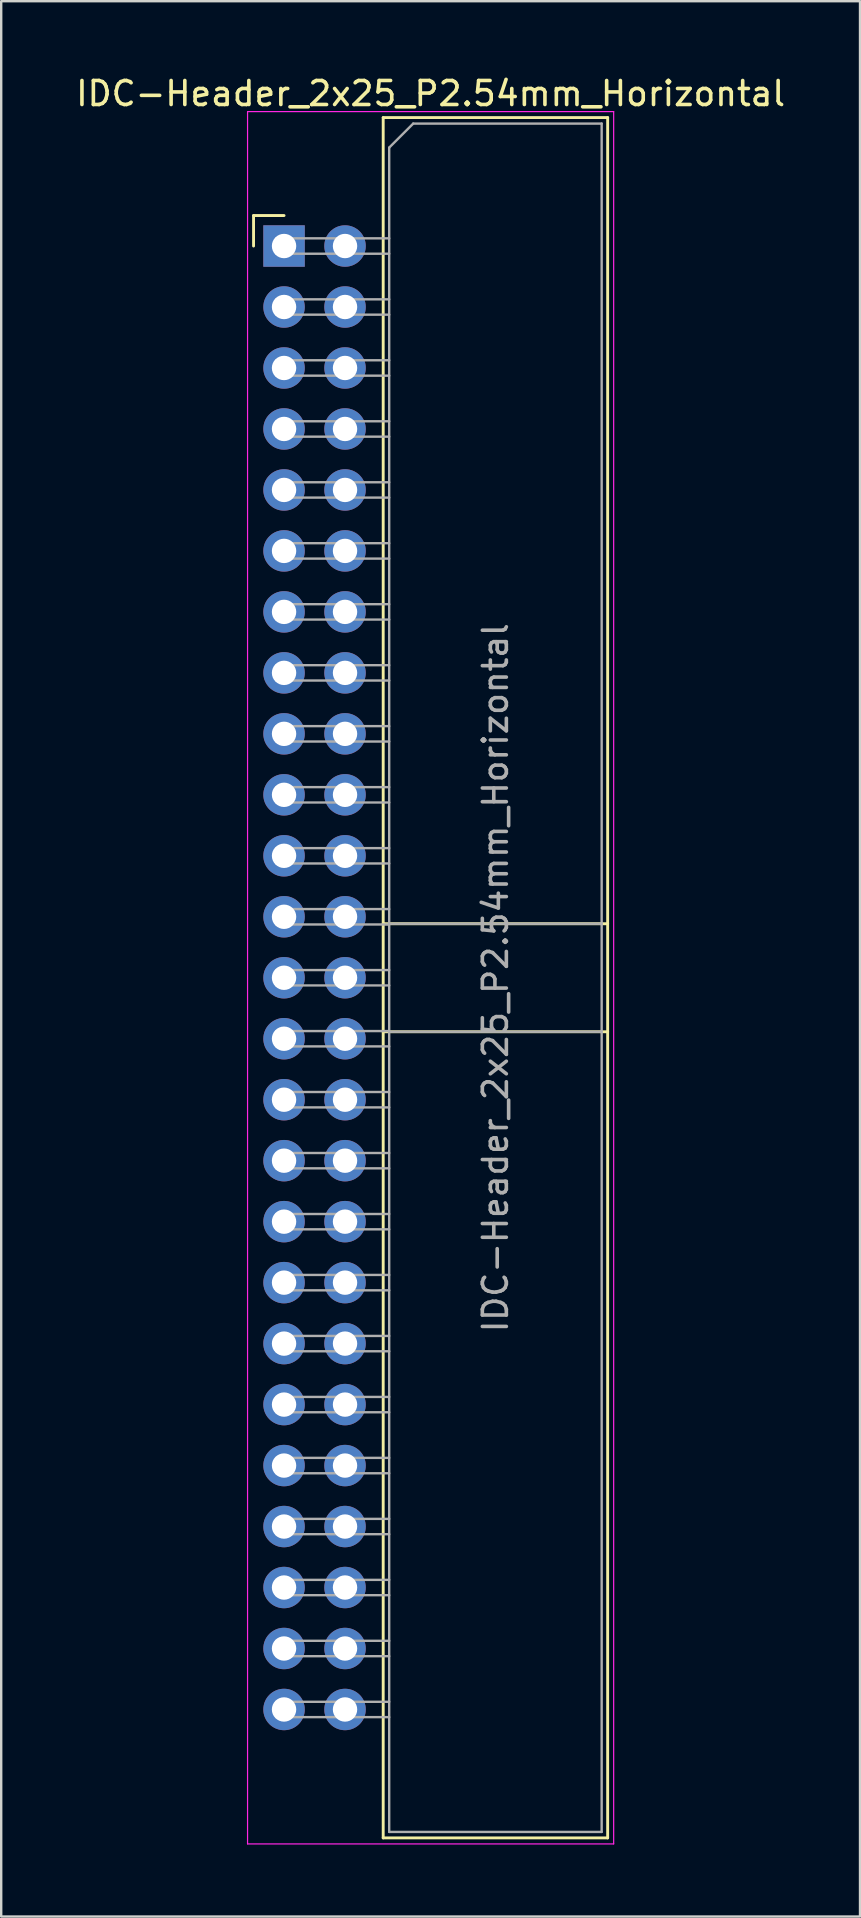
<source format=kicad_pcb>
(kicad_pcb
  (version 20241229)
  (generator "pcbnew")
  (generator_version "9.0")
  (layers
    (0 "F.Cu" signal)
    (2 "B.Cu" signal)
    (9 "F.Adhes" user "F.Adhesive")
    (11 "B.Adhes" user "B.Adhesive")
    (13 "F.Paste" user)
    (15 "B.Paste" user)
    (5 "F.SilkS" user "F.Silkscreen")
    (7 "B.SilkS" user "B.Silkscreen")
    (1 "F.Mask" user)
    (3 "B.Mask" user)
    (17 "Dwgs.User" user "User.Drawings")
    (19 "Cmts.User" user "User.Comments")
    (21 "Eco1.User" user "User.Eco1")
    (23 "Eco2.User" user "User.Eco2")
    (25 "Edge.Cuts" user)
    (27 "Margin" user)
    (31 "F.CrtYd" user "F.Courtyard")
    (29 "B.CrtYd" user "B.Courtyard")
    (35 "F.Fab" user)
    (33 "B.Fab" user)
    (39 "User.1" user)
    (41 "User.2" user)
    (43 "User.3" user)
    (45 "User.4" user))
  (footprint "IDC-Header_2x25_P2.54mm_Horizontal"
    (layer "F.Cu")
    (at 8.782 7.198)
    (property "Reference" "IDC-Header_2x25_P2.54mm_Horizontal" (at 6.105 -6.35 0) (layer "F.SilkS") (effects (font (size 1 1) (thickness 0.15))))
    (attr through_hole)
    (fp_line (start -1.27 -1.27) (end -1.27 0) (stroke (width 0.12) (type solid)) (layer "F.SilkS"))
    (fp_line (start 0 -1.27) (end -1.27 -1.27) (stroke (width 0.12) (type solid)) (layer "F.SilkS"))
    (fp_line (start 4.13 -5.35) (end 13.48 -5.35) (stroke (width 0.12) (type solid)) (layer "F.SilkS"))
    (fp_line (start 4.13 28.23) (end 13.48 28.23) (stroke (width 0.12) (type solid)) (layer "F.SilkS"))
    (fp_line (start 4.13 32.73) (end 13.48 32.73) (stroke (width 0.12) (type solid)) (layer "F.SilkS"))
    (fp_line (start 4.13 66.31) (end 4.13 -5.35) (stroke (width 0.12) (type solid)) (layer "F.SilkS"))
    (fp_line (start 4.13 66.31) (end 13.48 66.31) (stroke (width 0.12) (type solid)) (layer "F.SilkS"))
    (fp_line (start 13.48 -5.35) (end 13.48 66.31) (stroke (width 0.12) (type solid)) (layer "F.SilkS"))
    (fp_line (start -1.52 -5.6) (end 13.73 -5.6) (stroke (width 0.05) (type solid)) (layer "F.CrtYd"))
    (fp_line (start -1.52 66.56) (end -1.52 -5.6) (stroke (width 0.05) (type solid)) (layer "F.CrtYd"))
    (fp_line (start 13.73 -5.6) (end 13.73 66.56) (stroke (width 0.05) (type solid)) (layer "F.CrtYd"))
    (fp_line (start 13.73 66.56) (end -1.52 66.56) (stroke (width 0.05) (type solid)) (layer "F.CrtYd"))
    (fp_line (start -0.32 -0.32) (end -0.32 0.32) (stroke (width 0.1) (type solid)) (layer "F.Fab"))
    (fp_line (start -0.32 0.32) (end 4.38 0.32) (stroke (width 0.1) (type solid)) (layer "F.Fab"))
    (fp_line (start -0.32 2.22) (end -0.32 2.86) (stroke (width 0.1) (type solid)) (layer "F.Fab"))
    (fp_line (start -0.32 2.86) (end 4.38 2.86) (stroke (width 0.1) (type solid)) (layer "F.Fab"))
    (fp_line (start -0.32 4.76) (end -0.32 5.4) (stroke (width 0.1) (type solid)) (layer "F.Fab"))
    (fp_line (start -0.32 5.4) (end 4.38 5.4) (stroke (width 0.1) (type solid)) (layer "F.Fab"))
    (fp_line (start -0.32 7.3) (end -0.32 7.94) (stroke (width 0.1) (type solid)) (layer "F.Fab"))
    (fp_line (start -0.32 7.94) (end 4.38 7.94) (stroke (width 0.1) (type solid)) (layer "F.Fab"))
    (fp_line (start -0.32 9.84) (end -0.32 10.48) (stroke (width 0.1) (type solid)) (layer "F.Fab"))
    (fp_line (start -0.32 10.48) (end 4.38 10.48) (stroke (width 0.1) (type solid)) (layer "F.Fab"))
    (fp_line (start -0.32 12.38) (end -0.32 13.02) (stroke (width 0.1) (type solid)) (layer "F.Fab"))
    (fp_line (start -0.32 13.02) (end 4.38 13.02) (stroke (width 0.1) (type solid)) (layer "F.Fab"))
    (fp_line (start -0.32 14.92) (end -0.32 15.56) (stroke (width 0.1) (type solid)) (layer "F.Fab"))
    (fp_line (start -0.32 15.56) (end 4.38 15.56) (stroke (width 0.1) (type solid)) (layer "F.Fab"))
    (fp_line (start -0.32 17.46) (end -0.32 18.1) (stroke (width 0.1) (type solid)) (layer "F.Fab"))
    (fp_line (start -0.32 18.1) (end 4.38 18.1) (stroke (width 0.1) (type solid)) (layer "F.Fab"))
    (fp_line (start -0.32 20) (end -0.32 20.64) (stroke (width 0.1) (type solid)) (layer "F.Fab"))
    (fp_line (start -0.32 20.64) (end 4.38 20.64) (stroke (width 0.1) (type solid)) (layer "F.Fab"))
    (fp_line (start -0.32 22.54) (end -0.32 23.18) (stroke (width 0.1) (type solid)) (layer "F.Fab"))
    (fp_line (start -0.32 23.18) (end 4.38 23.18) (stroke (width 0.1) (type solid)) (layer "F.Fab"))
    (fp_line (start -0.32 25.08) (end -0.32 25.72) (stroke (width 0.1) (type solid)) (layer "F.Fab"))
    (fp_line (start -0.32 25.72) (end 4.38 25.72) (stroke (width 0.1) (type solid)) (layer "F.Fab"))
    (fp_line (start -0.32 27.62) (end -0.32 28.26) (stroke (width 0.1) (type solid)) (layer "F.Fab"))
    (fp_line (start -0.32 28.26) (end 4.38 28.26) (stroke (width 0.1) (type solid)) (layer "F.Fab"))
    (fp_line (start -0.32 30.16) (end -0.32 30.8) (stroke (width 0.1) (type solid)) (layer "F.Fab"))
    (fp_line (start -0.32 30.8) (end 4.38 30.8) (stroke (width 0.1) (type solid)) (layer "F.Fab"))
    (fp_line (start -0.32 32.7) (end -0.32 33.34) (stroke (width 0.1) (type solid)) (layer "F.Fab"))
    (fp_line (start -0.32 33.34) (end 4.38 33.34) (stroke (width 0.1) (type solid)) (layer "F.Fab"))
    (fp_line (start -0.32 35.24) (end -0.32 35.88) (stroke (width 0.1) (type solid)) (layer "F.Fab"))
    (fp_line (start -0.32 35.88) (end 4.38 35.88) (stroke (width 0.1) (type solid)) (layer "F.Fab"))
    (fp_line (start -0.32 37.78) (end -0.32 38.42) (stroke (width 0.1) (type solid)) (layer "F.Fab"))
    (fp_line (start -0.32 38.42) (end 4.38 38.42) (stroke (width 0.1) (type solid)) (layer "F.Fab"))
    (fp_line (start -0.32 40.32) (end -0.32 40.96) (stroke (width 0.1) (type solid)) (layer "F.Fab"))
    (fp_line (start -0.32 40.96) (end 4.38 40.96) (stroke (width 0.1) (type solid)) (layer "F.Fab"))
    (fp_line (start -0.32 42.86) (end -0.32 43.5) (stroke (width 0.1) (type solid)) (layer "F.Fab"))
    (fp_line (start -0.32 43.5) (end 4.38 43.5) (stroke (width 0.1) (type solid)) (layer "F.Fab"))
    (fp_line (start -0.32 45.4) (end -0.32 46.04) (stroke (width 0.1) (type solid)) (layer "F.Fab"))
    (fp_line (start -0.32 46.04) (end 4.38 46.04) (stroke (width 0.1) (type solid)) (layer "F.Fab"))
    (fp_line (start -0.32 47.94) (end -0.32 48.58) (stroke (width 0.1) (type solid)) (layer "F.Fab"))
    (fp_line (start -0.32 48.58) (end 4.38 48.58) (stroke (width 0.1) (type solid)) (layer "F.Fab"))
    (fp_line (start -0.32 50.48) (end -0.32 51.12) (stroke (width 0.1) (type solid)) (layer "F.Fab"))
    (fp_line (start -0.32 51.12) (end 4.38 51.12) (stroke (width 0.1) (type solid)) (layer "F.Fab"))
    (fp_line (start -0.32 53.02) (end -0.32 53.66) (stroke (width 0.1) (type solid)) (layer "F.Fab"))
    (fp_line (start -0.32 53.66) (end 4.38 53.66) (stroke (width 0.1) (type solid)) (layer "F.Fab"))
    (fp_line (start -0.32 55.56) (end -0.32 56.2) (stroke (width 0.1) (type solid)) (layer "F.Fab"))
    (fp_line (start -0.32 56.2) (end 4.38 56.2) (stroke (width 0.1) (type solid)) (layer "F.Fab"))
    (fp_line (start -0.32 58.1) (end -0.32 58.74) (stroke (width 0.1) (type solid)) (layer "F.Fab"))
    (fp_line (start -0.32 58.74) (end 4.38 58.74) (stroke (width 0.1) (type solid)) (layer "F.Fab"))
    (fp_line (start -0.32 60.64) (end -0.32 61.28) (stroke (width 0.1) (type solid)) (layer "F.Fab"))
    (fp_line (start -0.32 61.28) (end 4.38 61.28) (stroke (width 0.1) (type solid)) (layer "F.Fab"))
    (fp_line (start 4.38 -4.1) (end 5.38 -5.1) (stroke (width 0.1) (type solid)) (layer "F.Fab"))
    (fp_line (start 4.38 -0.32) (end -0.32 -0.32) (stroke (width 0.1) (type solid)) (layer "F.Fab"))
    (fp_line (start 4.38 2.22) (end -0.32 2.22) (stroke (width 0.1) (type solid)) (layer "F.Fab"))
    (fp_line (start 4.38 4.76) (end -0.32 4.76) (stroke (width 0.1) (type solid)) (layer "F.Fab"))
    (fp_line (start 4.38 7.3) (end -0.32 7.3) (stroke (width 0.1) (type solid)) (layer "F.Fab"))
    (fp_line (start 4.38 9.84) (end -0.32 9.84) (stroke (width 0.1) (type solid)) (layer "F.Fab"))
    (fp_line (start 4.38 12.38) (end -0.32 12.38) (stroke (width 0.1) (type solid)) (layer "F.Fab"))
    (fp_line (start 4.38 14.92) (end -0.32 14.92) (stroke (width 0.1) (type solid)) (layer "F.Fab"))
    (fp_line (start 4.38 17.46) (end -0.32 17.46) (stroke (width 0.1) (type solid)) (layer "F.Fab"))
    (fp_line (start 4.38 20) (end -0.32 20) (stroke (width 0.1) (type solid)) (layer "F.Fab"))
    (fp_line (start 4.38 22.54) (end -0.32 22.54) (stroke (width 0.1) (type solid)) (layer "F.Fab"))
    (fp_line (start 4.38 25.08) (end -0.32 25.08) (stroke (width 0.1) (type solid)) (layer "F.Fab"))
    (fp_line (start 4.38 27.62) (end -0.32 27.62) (stroke (width 0.1) (type solid)) (layer "F.Fab"))
    (fp_line (start 4.38 28.23) (end 13.23 28.23) (stroke (width 0.1) (type solid)) (layer "F.Fab"))
    (fp_line (start 4.38 30.16) (end -0.32 30.16) (stroke (width 0.1) (type solid)) (layer "F.Fab"))
    (fp_line (start 4.38 32.7) (end -0.32 32.7) (stroke (width 0.1) (type solid)) (layer "F.Fab"))
    (fp_line (start 4.38 32.73) (end 13.23 32.73) (stroke (width 0.1) (type solid)) (layer "F.Fab"))
    (fp_line (start 4.38 35.24) (end -0.32 35.24) (stroke (width 0.1) (type solid)) (layer "F.Fab"))
    (fp_line (start 4.38 37.78) (end -0.32 37.78) (stroke (width 0.1) (type solid)) (layer "F.Fab"))
    (fp_line (start 4.38 40.32) (end -0.32 40.32) (stroke (width 0.1) (type solid)) (layer "F.Fab"))
    (fp_line (start 4.38 42.86) (end -0.32 42.86) (stroke (width 0.1) (type solid)) (layer "F.Fab"))
    (fp_line (start 4.38 45.4) (end -0.32 45.4) (stroke (width 0.1) (type solid)) (layer "F.Fab"))
    (fp_line (start 4.38 47.94) (end -0.32 47.94) (stroke (width 0.1) (type solid)) (layer "F.Fab"))
    (fp_line (start 4.38 50.48) (end -0.32 50.48) (stroke (width 0.1) (type solid)) (layer "F.Fab"))
    (fp_line (start 4.38 53.02) (end -0.32 53.02) (stroke (width 0.1) (type solid)) (layer "F.Fab"))
    (fp_line (start 4.38 55.56) (end -0.32 55.56) (stroke (width 0.1) (type solid)) (layer "F.Fab"))
    (fp_line (start 4.38 58.1) (end -0.32 58.1) (stroke (width 0.1) (type solid)) (layer "F.Fab"))
    (fp_line (start 4.38 60.64) (end -0.32 60.64) (stroke (width 0.1) (type solid)) (layer "F.Fab"))
    (fp_line (start 4.38 66.06) (end 4.38 -4.1) (stroke (width 0.1) (type solid)) (layer "F.Fab"))
    (fp_line (start 4.38 66.06) (end 13.23 66.06) (stroke (width 0.1) (type solid)) (layer "F.Fab"))
    (fp_line (start 5.38 -5.1) (end 13.23 -5.1) (stroke (width 0.1) (type solid)) (layer "F.Fab"))
    (fp_line (start 13.23 66.06) (end 13.23 -5.1) (stroke (width 0.1) (type solid)) (layer "F.Fab"))
    (fp_text user "${REFERENCE}" (at 8.805 30.48 90) (layer "F.Fab") (effects (font (size 1 1) (thickness 0.15))))
    (pad "1" thru_hole rect (at 0 0) (size 1.727 1.727) (drill 1.016) (layers "*.Cu" "*.Mask"))
    (pad "2" thru_hole oval (at 2.54 0) (size 1.727 1.727) (drill 1.016) (layers "*.Cu" "*.Mask"))
    (pad "3" thru_hole oval (at 0 2.54) (size 1.727 1.727) (drill 1.016) (layers "*.Cu" "*.Mask"))
    (pad "4" thru_hole oval (at 2.54 2.54) (size 1.727 1.727) (drill 1.016) (layers "*.Cu" "*.Mask"))
    (pad "5" thru_hole oval (at 0 5.08) (size 1.727 1.727) (drill 1.016) (layers "*.Cu" "*.Mask"))
    (pad "6" thru_hole oval (at 2.54 5.08) (size 1.727 1.727) (drill 1.016) (layers "*.Cu" "*.Mask"))
    (pad "7" thru_hole oval (at 0 7.62) (size 1.727 1.727) (drill 1.016) (layers "*.Cu" "*.Mask"))
    (pad "8" thru_hole oval (at 2.54 7.62) (size 1.727 1.727) (drill 1.016) (layers "*.Cu" "*.Mask"))
    (pad "9" thru_hole oval (at 0 10.16) (size 1.727 1.727) (drill 1.016) (layers "*.Cu" "*.Mask"))
    (pad "10" thru_hole oval (at 2.54 10.16) (size 1.727 1.727) (drill 1.016) (layers "*.Cu" "*.Mask"))
    (pad "11" thru_hole oval (at 0 12.7) (size 1.727 1.727) (drill 1.016) (layers "*.Cu" "*.Mask"))
    (pad "12" thru_hole oval (at 2.54 12.7) (size 1.727 1.727) (drill 1.016) (layers "*.Cu" "*.Mask"))
    (pad "13" thru_hole oval (at 0 15.24) (size 1.727 1.727) (drill 1.016) (layers "*.Cu" "*.Mask"))
    (pad "14" thru_hole oval (at 2.54 15.24) (size 1.727 1.727) (drill 1.016) (layers "*.Cu" "*.Mask"))
    (pad "15" thru_hole oval (at 0 17.78) (size 1.727 1.727) (drill 1.016) (layers "*.Cu" "*.Mask"))
    (pad "16" thru_hole oval (at 2.54 17.78) (size 1.727 1.727) (drill 1.016) (layers "*.Cu" "*.Mask"))
    (pad "17" thru_hole oval (at 0 20.32) (size 1.727 1.727) (drill 1.016) (layers "*.Cu" "*.Mask"))
    (pad "18" thru_hole oval (at 2.54 20.32) (size 1.727 1.727) (drill 1.016) (layers "*.Cu" "*.Mask"))
    (pad "19" thru_hole oval (at 0 22.86) (size 1.727 1.727) (drill 1.016) (layers "*.Cu" "*.Mask"))
    (pad "20" thru_hole oval (at 2.54 22.86) (size 1.727 1.727) (drill 1.016) (layers "*.Cu" "*.Mask"))
    (pad "21" thru_hole oval (at 0 25.4) (size 1.727 1.727) (drill 1.016) (layers "*.Cu" "*.Mask"))
    (pad "22" thru_hole oval (at 2.54 25.4) (size 1.727 1.727) (drill 1.016) (layers "*.Cu" "*.Mask"))
    (pad "23" thru_hole oval (at 0 27.94) (size 1.727 1.727) (drill 1.016) (layers "*.Cu" "*.Mask"))
    (pad "24" thru_hole oval (at 2.54 27.94) (size 1.727 1.727) (drill 1.016) (layers "*.Cu" "*.Mask"))
    (pad "25" thru_hole oval (at 0 30.48) (size 1.727 1.727) (drill 1.016) (layers "*.Cu" "*.Mask"))
    (pad "26" thru_hole oval (at 2.54 30.48) (size 1.727 1.727) (drill 1.016) (layers "*.Cu" "*.Mask"))
    (pad "27" thru_hole oval (at 0 33.02) (size 1.727 1.727) (drill 1.016) (layers "*.Cu" "*.Mask"))
    (pad "28" thru_hole oval (at 2.54 33.02) (size 1.727 1.727) (drill 1.016) (layers "*.Cu" "*.Mask"))
    (pad "29" thru_hole oval (at 0 35.56) (size 1.727 1.727) (drill 1.016) (layers "*.Cu" "*.Mask"))
    (pad "30" thru_hole oval (at 2.54 35.56) (size 1.727 1.727) (drill 1.016) (layers "*.Cu" "*.Mask"))
    (pad "31" thru_hole oval (at 0 38.1) (size 1.727 1.727) (drill 1.016) (layers "*.Cu" "*.Mask"))
    (pad "32" thru_hole oval (at 2.54 38.1) (size 1.727 1.727) (drill 1.016) (layers "*.Cu" "*.Mask"))
    (pad "33" thru_hole oval (at 0 40.64) (size 1.727 1.727) (drill 1.016) (layers "*.Cu" "*.Mask"))
    (pad "34" thru_hole oval (at 2.54 40.64) (size 1.727 1.727) (drill 1.016) (layers "*.Cu" "*.Mask"))
    (pad "35" thru_hole oval (at 0 43.18) (size 1.727 1.727) (drill 1.016) (layers "*.Cu" "*.Mask"))
    (pad "36" thru_hole oval (at 2.54 43.18) (size 1.727 1.727) (drill 1.016) (layers "*.Cu" "*.Mask"))
    (pad "37" thru_hole oval (at 0 45.72) (size 1.727 1.727) (drill 1.016) (layers "*.Cu" "*.Mask"))
    (pad "38" thru_hole oval (at 2.54 45.72) (size 1.727 1.727) (drill 1.016) (layers "*.Cu" "*.Mask"))
    (pad "39" thru_hole oval (at 0 48.26) (size 1.727 1.727) (drill 1.016) (layers "*.Cu" "*.Mask"))
    (pad "40" thru_hole oval (at 2.54 48.26) (size 1.727 1.727) (drill 1.016) (layers "*.Cu" "*.Mask"))
    (pad "41" thru_hole oval (at 0 50.8) (size 1.727 1.727) (drill 1.016) (layers "*.Cu" "*.Mask"))
    (pad "42" thru_hole oval (at 2.54 50.8) (size 1.727 1.727) (drill 1.016) (layers "*.Cu" "*.Mask"))
    (pad "43" thru_hole oval (at 0 53.34) (size 1.727 1.727) (drill 1.016) (layers "*.Cu" "*.Mask"))
    (pad "44" thru_hole oval (at 2.54 53.34) (size 1.727 1.727) (drill 1.016) (layers "*.Cu" "*.Mask"))
    (pad "45" thru_hole oval (at 0 55.88) (size 1.727 1.727) (drill 1.016) (layers "*.Cu" "*.Mask"))
    (pad "46" thru_hole oval (at 2.54 55.88) (size 1.727 1.727) (drill 1.016) (layers "*.Cu" "*.Mask"))
    (pad "47" thru_hole oval (at 0 58.42) (size 1.727 1.727) (drill 1.016) (layers "*.Cu" "*.Mask"))
    (pad "48" thru_hole oval (at 2.54 58.42) (size 1.727 1.727) (drill 1.016) (layers "*.Cu" "*.Mask"))
    (pad "49" thru_hole oval (at 0 60.96) (size 1.727 1.727) (drill 1.016) (layers "*.Cu" "*.Mask"))
    (pad "50" thru_hole oval (at 2.54 60.96) (size 1.727 1.727) (drill 1.016) (layers "*.Cu" "*.Mask")))
  (gr_rect
    (start -3 -3)
    (end 32.774 76.783)
    (stroke (width 0.1) (type default))
    (fill no)
    (layer "Edge.Cuts")))
</source>
